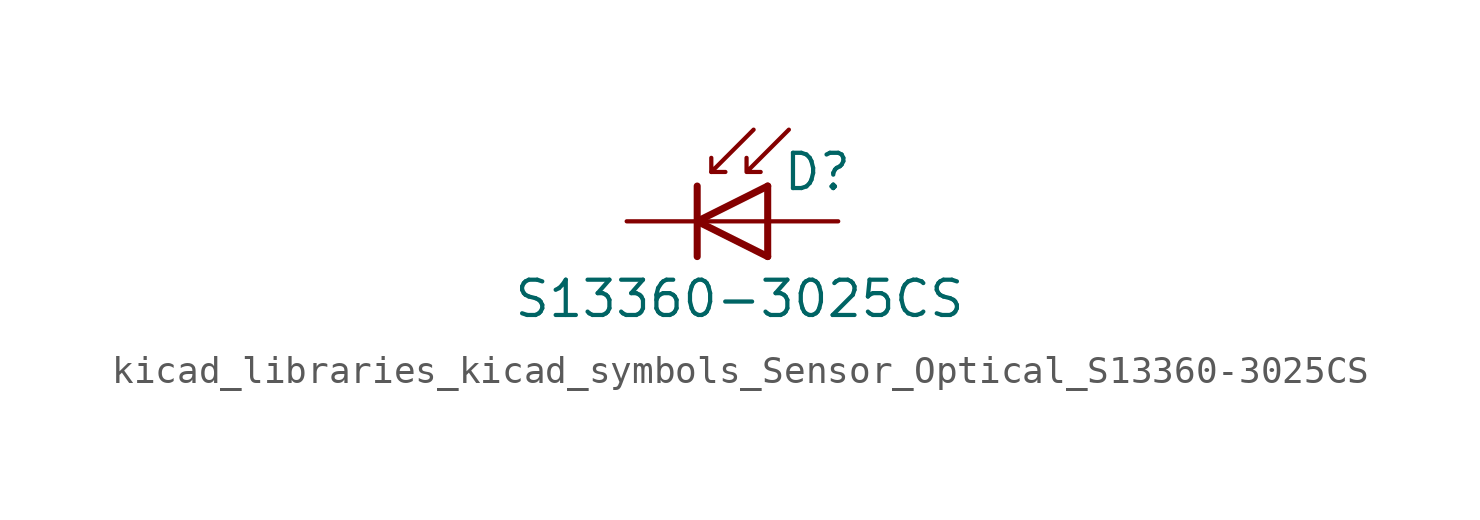
<source format=kicad_sym>
(kicad_symbol_lib
  (version 20220914)
  (generator kicad_symbol_editor)
  (symbol "kicad_libraries_kicad_symbols_Sensor_Optical_S13360-3025CS"
    (pin_numbers hide)
    (pin_names hide)
    (property "Reference" "D"
      (at 1.778 1.778 0)
      (effects (font (size 1.27 1.27)) (justify left)))
    (property "Value" "S13360-3025CS"
      (at 0.254 -2.794 0)
      (effects (font (size 1.27 1.27))))
    (symbol "kicad_libraries_kicad_symbols_Sensor_Optical_S13360-3025CS_0_1"
      (polyline (pts (xy -1.27 0) (xy 1.27 0)) (stroke (width 0) (type default)) (fill (type none)))
      (polyline (pts (xy -1.27 1.27) (xy -1.27 -1.27)) (stroke (width 0.254) (type default)) (fill (type none)))
      (polyline (pts (xy -0.762 1.778) (xy -0.254 1.778)) (stroke (width 0) (type default)) (fill (type none)))
      (polyline (pts (xy 1.27 1.27) (xy 1.27 -1.27)) (stroke (width 0.254) (type default)) (fill (type none)))
      (polyline (pts (xy 0.762 3.302) (xy -0.762 1.778) (xy -0.762 2.286)) (stroke (width 0) (type default)) (fill (type none)))
      (polyline (pts (xy 1.27 1.27) (xy -1.27 0) (xy 1.27 -1.27)) (stroke (width 0.254) (type default)) (fill (type none)))
      (polyline (pts (xy 2.032 3.302) (xy 0.508 1.778) (xy 0.508 2.286) (xy 0.508 1.778) (xy 1.016 1.778)) (stroke (width 0) (type default)) (fill (type none))))
    (symbol "kicad_libraries_kicad_symbols_Sensor_Optical_S13360-3025CS_1_1"
      (pin passive line (at 3.81 0 180) (length 2.54) (name "A" (effects (font (size 1.27 1.27)))) (number "1" (effects (font (size 1.27 1.27)))))
      (pin passive line (at -3.81 0 0) (length 2.54) (name "K" (effects (font (size 1.27 1.27)))) (number "2" (effects (font (size 1.27 1.27))))))))
</source>
